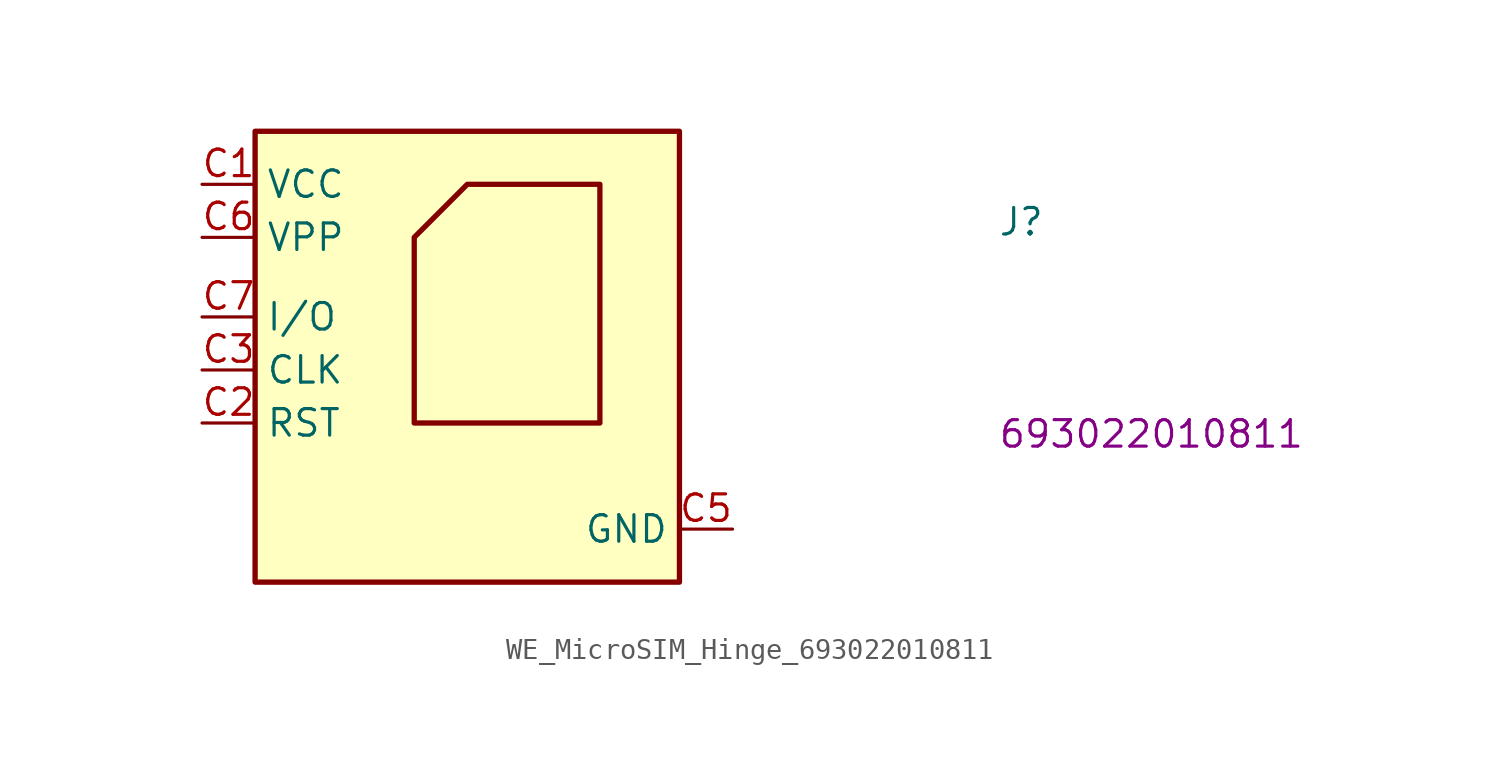
<source format=kicad_sym>
(kicad_symbol_lib
  (version 20220914)
  (generator kicad_symbol_editor)
  (symbol "WE_MicroSIM_Hinge_693022010811"
    (property "Reference" "J"
      (at 38.1 -2.54 0)
      (effects (font (size 1.27 1.27) (thickness 0.15)) (justify left bottom)))
    (property "MPN" "693022010811"
      (at 38.1 -12.7 0)
      (effects (font (size 1.27 1.27) (thickness 0.15)) (justify left bottom)))
    (symbol "WE_MicroSIM_Hinge_693022010811_1_1"
      (polyline (pts (xy 10.16 -2.54) (xy 12.7 0) (xy 19.05 0) (xy 19.05 -2.54) (xy 19.05 -7.62) (xy 19.05 -11.43) (xy 10.16 -11.43) (xy 10.16 -2.54)) (stroke (width 0.254) (type default)) (fill (type background)))
      (rectangle (start 2.54 -19.05) (end 22.86 2.54) (stroke (width 0.254) (type default)) (fill (type background)))
      (pin power_in line (at 0 0 0) (length 2.54) (name "VCC" (effects (font (size 1.27 1.27)))) (number "C1" (effects (font (size 1.27 1.27)))))
      (pin bidirectional line (at 0 -11.43 0) (length 2.54) (name "RST" (effects (font (size 1.27 1.27)))) (number "C2" (effects (font (size 1.27 1.27)))))
      (pin bidirectional line (at 0 -8.89 0) (length 2.54) (name "CLK" (effects (font (size 1.27 1.27)))) (number "C3" (effects (font (size 1.27 1.27)))))
      (pin no_connect line (at 22.86 -7.62 180) (length 2.54) hide (name "NC" (effects (font (size 1.27 1.27)))) (number "C4" (effects (font (size 1.27 1.27)))))
      (pin power_in line (at 25.4 -16.51 180) (length 2.54) (name "GND" (effects (font (size 1.27 1.27)))) (number "C5" (effects (font (size 1.27 1.27)))))
      (pin power_in line (at 0 -2.54 0) (length 2.54) (name "VPP" (effects (font (size 1.27 1.27)))) (number "C6" (effects (font (size 1.27 1.27)))))
      (pin bidirectional line (at 0 -6.35 0) (length 2.54) (name "I/O" (effects (font (size 1.27 1.27)))) (number "C7" (effects (font (size 1.27 1.27)))))
      (pin no_connect line (at 22.86 -10.16 180) (length 2.54) hide (name "NC" (effects (font (size 1.27 1.27)))) (number "C8" (effects (font (size 1.27 1.27)))))
      (pin passive line (at 25.4 -16.51 180) (length 2.54) hide (name "GND" (effects (font (size 1.27 1.27)))) (number "Z1" (effects (font (size 1.27 1.27)))))
      (pin passive line (at 25.4 -16.51 180) (length 2.54) hide (name "GND" (effects (font (size 1.27 1.27)))) (number "Z2" (effects (font (size 1.27 1.27))))))))
</source>
